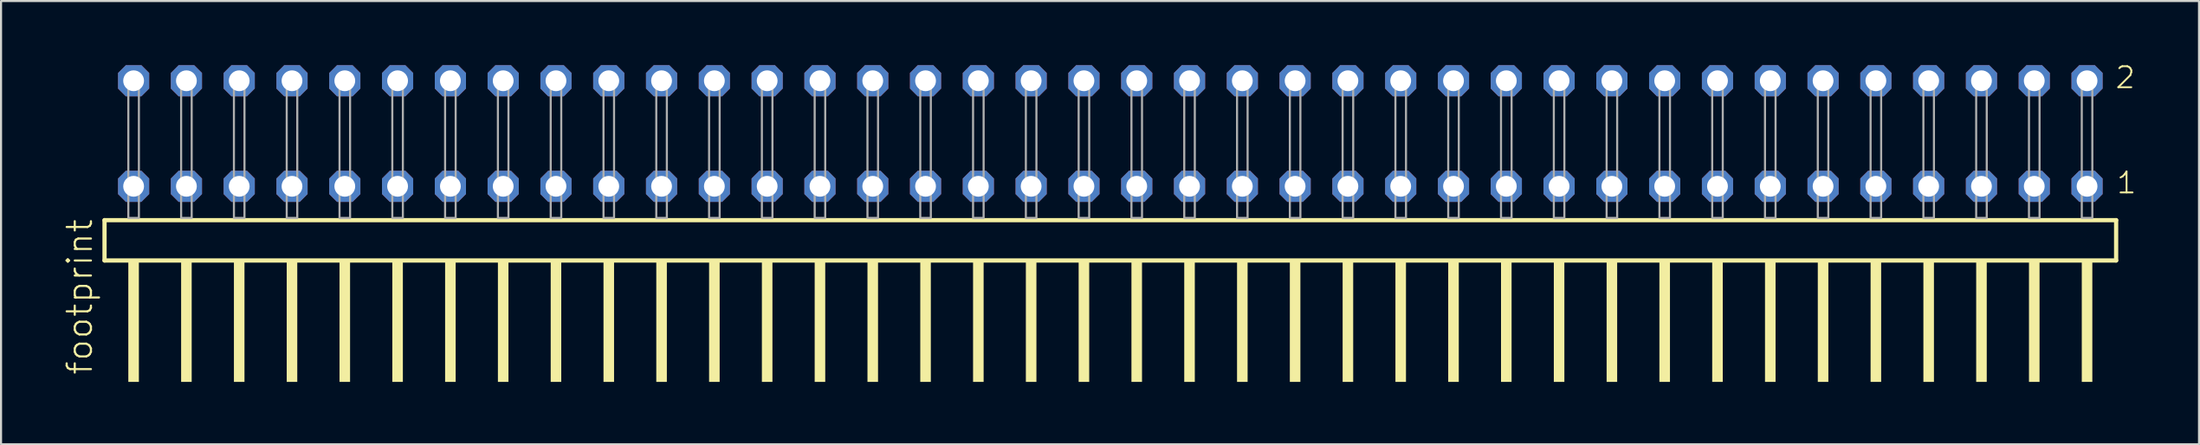
<source format=kicad_pcb>
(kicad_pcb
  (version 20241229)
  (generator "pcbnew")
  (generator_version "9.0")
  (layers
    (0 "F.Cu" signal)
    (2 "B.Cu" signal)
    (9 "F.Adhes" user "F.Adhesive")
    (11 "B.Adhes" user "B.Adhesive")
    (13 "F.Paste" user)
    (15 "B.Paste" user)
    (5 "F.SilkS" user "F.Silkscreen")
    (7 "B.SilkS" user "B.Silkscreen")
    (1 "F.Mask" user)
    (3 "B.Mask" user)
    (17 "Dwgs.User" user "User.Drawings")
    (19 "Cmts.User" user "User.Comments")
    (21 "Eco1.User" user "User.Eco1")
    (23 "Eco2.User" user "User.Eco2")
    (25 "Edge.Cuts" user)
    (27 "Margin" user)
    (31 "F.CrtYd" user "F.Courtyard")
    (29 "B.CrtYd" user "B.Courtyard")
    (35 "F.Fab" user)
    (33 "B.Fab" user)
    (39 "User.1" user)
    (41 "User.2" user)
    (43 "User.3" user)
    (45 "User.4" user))
  (footprint "footprint"
    (layer "F.Cu")
    (at 50.368 7.441)
    (property "Reference" "footprint" (at -48.895 7.62 90) (layer "F.SilkS") (effects (font (size 1.168 1.168) (thickness 0.102)) (justify left bottom)))
    (fp_line (start -48.389 0.106) (end -48.389 2.046) (stroke (width 0.203) (type solid)) (layer "F.SilkS"))
    (fp_line (start -48.389 2.046) (end 48.389 2.046) (stroke (width 0.203) (type solid)) (layer "F.SilkS"))
    (fp_line (start 48.389 0.106) (end -48.389 0.106) (stroke (width 0.203) (type solid)) (layer "F.SilkS"))
    (fp_line (start 48.389 2.046) (end 48.389 0.106) (stroke (width 0.203) (type solid)) (layer "F.SilkS"))
    (fp_poly (pts (xy -47.244 7.89) (xy -46.736 7.89) (xy -46.736 2.04) (xy -47.244 2.04)) (stroke (width 0) (type solid)) (fill yes) (layer "F.SilkS"))
    (fp_poly (pts (xy -44.704 7.89) (xy -44.196 7.89) (xy -44.196 2.04) (xy -44.704 2.04)) (stroke (width 0) (type solid)) (fill yes) (layer "F.SilkS"))
    (fp_poly (pts (xy -42.164 7.89) (xy -41.656 7.89) (xy -41.656 2.04) (xy -42.164 2.04)) (stroke (width 0) (type solid)) (fill yes) (layer "F.SilkS"))
    (fp_poly (pts (xy -39.624 7.89) (xy -39.116 7.89) (xy -39.116 2.04) (xy -39.624 2.04)) (stroke (width 0) (type solid)) (fill yes) (layer "F.SilkS"))
    (fp_poly (pts (xy -37.084 7.89) (xy -36.576 7.89) (xy -36.576 2.04) (xy -37.084 2.04)) (stroke (width 0) (type solid)) (fill yes) (layer "F.SilkS"))
    (fp_poly (pts (xy -34.544 7.89) (xy -34.036 7.89) (xy -34.036 2.04) (xy -34.544 2.04)) (stroke (width 0) (type solid)) (fill yes) (layer "F.SilkS"))
    (fp_poly (pts (xy -32.004 7.89) (xy -31.496 7.89) (xy -31.496 2.04) (xy -32.004 2.04)) (stroke (width 0) (type solid)) (fill yes) (layer "F.SilkS"))
    (fp_poly (pts (xy -29.464 7.89) (xy -28.956 7.89) (xy -28.956 2.04) (xy -29.464 2.04)) (stroke (width 0) (type solid)) (fill yes) (layer "F.SilkS"))
    (fp_poly (pts (xy -26.924 7.89) (xy -26.416 7.89) (xy -26.416 2.04) (xy -26.924 2.04)) (stroke (width 0) (type solid)) (fill yes) (layer "F.SilkS"))
    (fp_poly (pts (xy -24.384 7.89) (xy -23.876 7.89) (xy -23.876 2.04) (xy -24.384 2.04)) (stroke (width 0) (type solid)) (fill yes) (layer "F.SilkS"))
    (fp_poly (pts (xy -21.844 7.89) (xy -21.336 7.89) (xy -21.336 2.04) (xy -21.844 2.04)) (stroke (width 0) (type solid)) (fill yes) (layer "F.SilkS"))
    (fp_poly (pts (xy -19.304 7.89) (xy -18.796 7.89) (xy -18.796 2.04) (xy -19.304 2.04)) (stroke (width 0) (type solid)) (fill yes) (layer "F.SilkS"))
    (fp_poly (pts (xy -16.764 7.89) (xy -16.256 7.89) (xy -16.256 2.04) (xy -16.764 2.04)) (stroke (width 0) (type solid)) (fill yes) (layer "F.SilkS"))
    (fp_poly (pts (xy -14.224 7.89) (xy -13.716 7.89) (xy -13.716 2.04) (xy -14.224 2.04)) (stroke (width 0) (type solid)) (fill yes) (layer "F.SilkS"))
    (fp_poly (pts (xy -11.684 7.89) (xy -11.176 7.89) (xy -11.176 2.04) (xy -11.684 2.04)) (stroke (width 0) (type solid)) (fill yes) (layer "F.SilkS"))
    (fp_poly (pts (xy -9.144 7.89) (xy -8.636 7.89) (xy -8.636 2.04) (xy -9.144 2.04)) (stroke (width 0) (type solid)) (fill yes) (layer "F.SilkS"))
    (fp_poly (pts (xy -6.604 7.89) (xy -6.096 7.89) (xy -6.096 2.04) (xy -6.604 2.04)) (stroke (width 0) (type solid)) (fill yes) (layer "F.SilkS"))
    (fp_poly (pts (xy -4.064 7.89) (xy -3.556 7.89) (xy -3.556 2.04) (xy -4.064 2.04)) (stroke (width 0) (type solid)) (fill yes) (layer "F.SilkS"))
    (fp_poly (pts (xy -1.524 7.89) (xy -1.016 7.89) (xy -1.016 2.04) (xy -1.524 2.04)) (stroke (width 0) (type solid)) (fill yes) (layer "F.SilkS"))
    (fp_poly (pts (xy 1.016 7.89) (xy 1.524 7.89) (xy 1.524 2.04) (xy 1.016 2.04)) (stroke (width 0) (type solid)) (fill yes) (layer "F.SilkS"))
    (fp_poly (pts (xy 3.556 7.89) (xy 4.064 7.89) (xy 4.064 2.04) (xy 3.556 2.04)) (stroke (width 0) (type solid)) (fill yes) (layer "F.SilkS"))
    (fp_poly (pts (xy 6.096 7.89) (xy 6.604 7.89) (xy 6.604 2.04) (xy 6.096 2.04)) (stroke (width 0) (type solid)) (fill yes) (layer "F.SilkS"))
    (fp_poly (pts (xy 8.636 7.89) (xy 9.144 7.89) (xy 9.144 2.04) (xy 8.636 2.04)) (stroke (width 0) (type solid)) (fill yes) (layer "F.SilkS"))
    (fp_poly (pts (xy 11.176 7.89) (xy 11.684 7.89) (xy 11.684 2.04) (xy 11.176 2.04)) (stroke (width 0) (type solid)) (fill yes) (layer "F.SilkS"))
    (fp_poly (pts (xy 13.716 7.89) (xy 14.224 7.89) (xy 14.224 2.04) (xy 13.716 2.04)) (stroke (width 0) (type solid)) (fill yes) (layer "F.SilkS"))
    (fp_poly (pts (xy 16.256 7.89) (xy 16.764 7.89) (xy 16.764 2.04) (xy 16.256 2.04)) (stroke (width 0) (type solid)) (fill yes) (layer "F.SilkS"))
    (fp_poly (pts (xy 18.796 7.89) (xy 19.304 7.89) (xy 19.304 2.04) (xy 18.796 2.04)) (stroke (width 0) (type solid)) (fill yes) (layer "F.SilkS"))
    (fp_poly (pts (xy 21.336 7.89) (xy 21.844 7.89) (xy 21.844 2.04) (xy 21.336 2.04)) (stroke (width 0) (type solid)) (fill yes) (layer "F.SilkS"))
    (fp_poly (pts (xy 23.876 7.89) (xy 24.384 7.89) (xy 24.384 2.04) (xy 23.876 2.04)) (stroke (width 0) (type solid)) (fill yes) (layer "F.SilkS"))
    (fp_poly (pts (xy 26.416 7.89) (xy 26.924 7.89) (xy 26.924 2.04) (xy 26.416 2.04)) (stroke (width 0) (type solid)) (fill yes) (layer "F.SilkS"))
    (fp_poly (pts (xy 28.956 7.89) (xy 29.464 7.89) (xy 29.464 2.04) (xy 28.956 2.04)) (stroke (width 0) (type solid)) (fill yes) (layer "F.SilkS"))
    (fp_poly (pts (xy 31.496 7.89) (xy 32.004 7.89) (xy 32.004 2.04) (xy 31.496 2.04)) (stroke (width 0) (type solid)) (fill yes) (layer "F.SilkS"))
    (fp_poly (pts (xy 34.036 7.89) (xy 34.544 7.89) (xy 34.544 2.04) (xy 34.036 2.04)) (stroke (width 0) (type solid)) (fill yes) (layer "F.SilkS"))
    (fp_poly (pts (xy 36.576 7.89) (xy 37.084 7.89) (xy 37.084 2.04) (xy 36.576 2.04)) (stroke (width 0) (type solid)) (fill yes) (layer "F.SilkS"))
    (fp_poly (pts (xy 39.116 7.89) (xy 39.624 7.89) (xy 39.624 2.04) (xy 39.116 2.04)) (stroke (width 0) (type solid)) (fill yes) (layer "F.SilkS"))
    (fp_poly (pts (xy 41.656 7.89) (xy 42.164 7.89) (xy 42.164 2.04) (xy 41.656 2.04)) (stroke (width 0) (type solid)) (fill yes) (layer "F.SilkS"))
    (fp_poly (pts (xy 44.196 7.89) (xy 44.704 7.89) (xy 44.704 2.04) (xy 44.196 2.04)) (stroke (width 0) (type solid)) (fill yes) (layer "F.SilkS"))
    (fp_poly (pts (xy 46.736 7.89) (xy 47.244 7.89) (xy 47.244 2.04) (xy 46.736 2.04)) (stroke (width 0) (type solid)) (fill yes) (layer "F.SilkS"))
    (fp_poly (pts (xy -47.244 0) (xy -46.736 0) (xy -46.736 -6.858) (xy -47.244 -6.858)) (stroke (width 0.1) (type solid)) (fill no) (layer "F.Fab"))
    (fp_poly (pts (xy -44.704 0) (xy -44.196 0) (xy -44.196 -6.858) (xy -44.704 -6.858)) (stroke (width 0.1) (type solid)) (fill no) (layer "F.Fab"))
    (fp_poly (pts (xy -42.164 0) (xy -41.656 0) (xy -41.656 -6.858) (xy -42.164 -6.858)) (stroke (width 0.1) (type solid)) (fill no) (layer "F.Fab"))
    (fp_poly (pts (xy -39.624 0) (xy -39.116 0) (xy -39.116 -6.858) (xy -39.624 -6.858)) (stroke (width 0.1) (type solid)) (fill no) (layer "F.Fab"))
    (fp_poly (pts (xy -37.084 0) (xy -36.576 0) (xy -36.576 -6.858) (xy -37.084 -6.858)) (stroke (width 0.1) (type solid)) (fill no) (layer "F.Fab"))
    (fp_poly (pts (xy -34.544 0) (xy -34.036 0) (xy -34.036 -6.858) (xy -34.544 -6.858)) (stroke (width 0.1) (type solid)) (fill no) (layer "F.Fab"))
    (fp_poly (pts (xy -32.004 0) (xy -31.496 0) (xy -31.496 -6.858) (xy -32.004 -6.858)) (stroke (width 0.1) (type solid)) (fill no) (layer "F.Fab"))
    (fp_poly (pts (xy -29.464 0) (xy -28.956 0) (xy -28.956 -6.858) (xy -29.464 -6.858)) (stroke (width 0.1) (type solid)) (fill no) (layer "F.Fab"))
    (fp_poly (pts (xy -26.924 0) (xy -26.416 0) (xy -26.416 -6.858) (xy -26.924 -6.858)) (stroke (width 0.1) (type solid)) (fill no) (layer "F.Fab"))
    (fp_poly (pts (xy -24.384 0) (xy -23.876 0) (xy -23.876 -6.858) (xy -24.384 -6.858)) (stroke (width 0.1) (type solid)) (fill no) (layer "F.Fab"))
    (fp_poly (pts (xy -21.844 0) (xy -21.336 0) (xy -21.336 -6.858) (xy -21.844 -6.858)) (stroke (width 0.1) (type solid)) (fill no) (layer "F.Fab"))
    (fp_poly (pts (xy -19.304 0) (xy -18.796 0) (xy -18.796 -6.858) (xy -19.304 -6.858)) (stroke (width 0.1) (type solid)) (fill no) (layer "F.Fab"))
    (fp_poly (pts (xy -16.764 0) (xy -16.256 0) (xy -16.256 -6.858) (xy -16.764 -6.858)) (stroke (width 0.1) (type solid)) (fill no) (layer "F.Fab"))
    (fp_poly (pts (xy -14.224 0) (xy -13.716 0) (xy -13.716 -6.858) (xy -14.224 -6.858)) (stroke (width 0.1) (type solid)) (fill no) (layer "F.Fab"))
    (fp_poly (pts (xy -11.684 0) (xy -11.176 0) (xy -11.176 -6.858) (xy -11.684 -6.858)) (stroke (width 0.1) (type solid)) (fill no) (layer "F.Fab"))
    (fp_poly (pts (xy -9.144 0) (xy -8.636 0) (xy -8.636 -6.858) (xy -9.144 -6.858)) (stroke (width 0.1) (type solid)) (fill no) (layer "F.Fab"))
    (fp_poly (pts (xy -6.604 0) (xy -6.096 0) (xy -6.096 -6.858) (xy -6.604 -6.858)) (stroke (width 0.1) (type solid)) (fill no) (layer "F.Fab"))
    (fp_poly (pts (xy -4.064 0) (xy -3.556 0) (xy -3.556 -6.858) (xy -4.064 -6.858)) (stroke (width 0.1) (type solid)) (fill no) (layer "F.Fab"))
    (fp_poly (pts (xy -1.524 0) (xy -1.016 0) (xy -1.016 -6.858) (xy -1.524 -6.858)) (stroke (width 0.1) (type solid)) (fill no) (layer "F.Fab"))
    (fp_poly (pts (xy 1.016 0) (xy 1.524 0) (xy 1.524 -6.858) (xy 1.016 -6.858)) (stroke (width 0.1) (type solid)) (fill no) (layer "F.Fab"))
    (fp_poly (pts (xy 3.556 0) (xy 4.064 0) (xy 4.064 -6.858) (xy 3.556 -6.858)) (stroke (width 0.1) (type solid)) (fill no) (layer "F.Fab"))
    (fp_poly (pts (xy 6.096 0) (xy 6.604 0) (xy 6.604 -6.858) (xy 6.096 -6.858)) (stroke (width 0.1) (type solid)) (fill no) (layer "F.Fab"))
    (fp_poly (pts (xy 8.636 0) (xy 9.144 0) (xy 9.144 -6.858) (xy 8.636 -6.858)) (stroke (width 0.1) (type solid)) (fill no) (layer "F.Fab"))
    (fp_poly (pts (xy 11.176 0) (xy 11.684 0) (xy 11.684 -6.858) (xy 11.176 -6.858)) (stroke (width 0.1) (type solid)) (fill no) (layer "F.Fab"))
    (fp_poly (pts (xy 13.716 0) (xy 14.224 0) (xy 14.224 -6.858) (xy 13.716 -6.858)) (stroke (width 0.1) (type solid)) (fill no) (layer "F.Fab"))
    (fp_poly (pts (xy 16.256 0) (xy 16.764 0) (xy 16.764 -6.858) (xy 16.256 -6.858)) (stroke (width 0.1) (type solid)) (fill no) (layer "F.Fab"))
    (fp_poly (pts (xy 18.796 0) (xy 19.304 0) (xy 19.304 -6.858) (xy 18.796 -6.858)) (stroke (width 0.1) (type solid)) (fill no) (layer "F.Fab"))
    (fp_poly (pts (xy 21.336 0) (xy 21.844 0) (xy 21.844 -6.858) (xy 21.336 -6.858)) (stroke (width 0.1) (type solid)) (fill no) (layer "F.Fab"))
    (fp_poly (pts (xy 23.876 0) (xy 24.384 0) (xy 24.384 -6.858) (xy 23.876 -6.858)) (stroke (width 0.1) (type solid)) (fill no) (layer "F.Fab"))
    (fp_poly (pts (xy 26.416 0) (xy 26.924 0) (xy 26.924 -6.858) (xy 26.416 -6.858)) (stroke (width 0.1) (type solid)) (fill no) (layer "F.Fab"))
    (fp_poly (pts (xy 28.956 0) (xy 29.464 0) (xy 29.464 -6.858) (xy 28.956 -6.858)) (stroke (width 0.1) (type solid)) (fill no) (layer "F.Fab"))
    (fp_poly (pts (xy 31.496 0) (xy 32.004 0) (xy 32.004 -6.858) (xy 31.496 -6.858)) (stroke (width 0.1) (type solid)) (fill no) (layer "F.Fab"))
    (fp_poly (pts (xy 34.036 0) (xy 34.544 0) (xy 34.544 -6.858) (xy 34.036 -6.858)) (stroke (width 0.1) (type solid)) (fill no) (layer "F.Fab"))
    (fp_poly (pts (xy 36.576 0) (xy 37.084 0) (xy 37.084 -6.858) (xy 36.576 -6.858)) (stroke (width 0.1) (type solid)) (fill no) (layer "F.Fab"))
    (fp_poly (pts (xy 39.116 0) (xy 39.624 0) (xy 39.624 -6.858) (xy 39.116 -6.858)) (stroke (width 0.1) (type solid)) (fill no) (layer "F.Fab"))
    (fp_poly (pts (xy 41.656 0) (xy 42.164 0) (xy 42.164 -6.858) (xy 41.656 -6.858)) (stroke (width 0.1) (type solid)) (fill no) (layer "F.Fab"))
    (fp_poly (pts (xy 44.196 0) (xy 44.704 0) (xy 44.704 -6.858) (xy 44.196 -6.858)) (stroke (width 0.1) (type solid)) (fill no) (layer "F.Fab"))
    (fp_poly (pts (xy 46.736 0) (xy 47.244 0) (xy 47.244 -6.858) (xy 46.736 -6.858)) (stroke (width 0.1) (type solid)) (fill no) (layer "F.Fab"))
    (fp_text user "1" (at 48.35 -1.1 0) (layer "F.SilkS") (effects (font (size 1.012 1.012) (thickness 0.088)) (justify left bottom)))
    (fp_text user "2" (at 48.29 -6.165 0) (layer "F.SilkS") (effects (font (size 1.012 1.012) (thickness 0.088)) (justify left bottom)))
    (pad "1" thru_hole roundrect (at 46.99 -1.524 180) (size 1.5 1.5) (drill 1) (layers "*.Cu" "*.Mask") (roundrect_rratio 0.25) (chamfer_ratio 0.25) (chamfer top_left top_right bottom_left bottom_right))
    (pad "2" thru_hole roundrect (at 46.99 -6.604 180) (size 1.5 1.5) (drill 1) (layers "*.Cu" "*.Mask") (roundrect_rratio 0.25) (chamfer_ratio 0.25) (chamfer top_left top_right bottom_left bottom_right))
    (pad "3" thru_hole roundrect (at 44.45 -1.524 180) (size 1.5 1.5) (drill 1) (layers "*.Cu" "*.Mask") (roundrect_rratio 0.25) (chamfer_ratio 0.25) (chamfer top_left top_right bottom_left bottom_right))
    (pad "4" thru_hole roundrect (at 44.45 -6.604 180) (size 1.5 1.5) (drill 1) (layers "*.Cu" "*.Mask") (roundrect_rratio 0.25) (chamfer_ratio 0.25) (chamfer top_left top_right bottom_left bottom_right))
    (pad "5" thru_hole roundrect (at 41.91 -1.524 180) (size 1.5 1.5) (drill 1) (layers "*.Cu" "*.Mask") (roundrect_rratio 0.25) (chamfer_ratio 0.25) (chamfer top_left top_right bottom_left bottom_right))
    (pad "6" thru_hole roundrect (at 41.91 -6.604 180) (size 1.5 1.5) (drill 1) (layers "*.Cu" "*.Mask") (roundrect_rratio 0.25) (chamfer_ratio 0.25) (chamfer top_left top_right bottom_left bottom_right))
    (pad "7" thru_hole roundrect (at 39.37 -1.524 180) (size 1.5 1.5) (drill 1) (layers "*.Cu" "*.Mask") (roundrect_rratio 0.25) (chamfer_ratio 0.25) (chamfer top_left top_right bottom_left bottom_right))
    (pad "8" thru_hole roundrect (at 39.37 -6.604 180) (size 1.5 1.5) (drill 1) (layers "*.Cu" "*.Mask") (roundrect_rratio 0.25) (chamfer_ratio 0.25) (chamfer top_left top_right bottom_left bottom_right))
    (pad "9" thru_hole roundrect (at 36.83 -1.524 180) (size 1.5 1.5) (drill 1) (layers "*.Cu" "*.Mask") (roundrect_rratio 0.25) (chamfer_ratio 0.25) (chamfer top_left top_right bottom_left bottom_right))
    (pad "10" thru_hole roundrect (at 36.83 -6.604 180) (size 1.5 1.5) (drill 1) (layers "*.Cu" "*.Mask") (roundrect_rratio 0.25) (chamfer_ratio 0.25) (chamfer top_left top_right bottom_left bottom_right))
    (pad "11" thru_hole roundrect (at 34.29 -1.524 180) (size 1.5 1.5) (drill 1) (layers "*.Cu" "*.Mask") (roundrect_rratio 0.25) (chamfer_ratio 0.25) (chamfer top_left top_right bottom_left bottom_right))
    (pad "12" thru_hole roundrect (at 34.29 -6.604 180) (size 1.5 1.5) (drill 1) (layers "*.Cu" "*.Mask") (roundrect_rratio 0.25) (chamfer_ratio 0.25) (chamfer top_left top_right bottom_left bottom_right))
    (pad "13" thru_hole roundrect (at 31.75 -1.524 180) (size 1.5 1.5) (drill 1) (layers "*.Cu" "*.Mask") (roundrect_rratio 0.25) (chamfer_ratio 0.25) (chamfer top_left top_right bottom_left bottom_right))
    (pad "14" thru_hole roundrect (at 31.75 -6.604 180) (size 1.5 1.5) (drill 1) (layers "*.Cu" "*.Mask") (roundrect_rratio 0.25) (chamfer_ratio 0.25) (chamfer top_left top_right bottom_left bottom_right))
    (pad "15" thru_hole roundrect (at 29.21 -1.524 180) (size 1.5 1.5) (drill 1) (layers "*.Cu" "*.Mask") (roundrect_rratio 0.25) (chamfer_ratio 0.25) (chamfer top_left top_right bottom_left bottom_right))
    (pad "16" thru_hole roundrect (at 29.21 -6.604 180) (size 1.5 1.5) (drill 1) (layers "*.Cu" "*.Mask") (roundrect_rratio 0.25) (chamfer_ratio 0.25) (chamfer top_left top_right bottom_left bottom_right))
    (pad "17" thru_hole roundrect (at 26.67 -1.524 180) (size 1.5 1.5) (drill 1) (layers "*.Cu" "*.Mask") (roundrect_rratio 0.25) (chamfer_ratio 0.25) (chamfer top_left top_right bottom_left bottom_right))
    (pad "18" thru_hole roundrect (at 26.67 -6.604 180) (size 1.5 1.5) (drill 1) (layers "*.Cu" "*.Mask") (roundrect_rratio 0.25) (chamfer_ratio 0.25) (chamfer top_left top_right bottom_left bottom_right))
    (pad "19" thru_hole roundrect (at 24.13 -1.524 180) (size 1.5 1.5) (drill 1) (layers "*.Cu" "*.Mask") (roundrect_rratio 0.25) (chamfer_ratio 0.25) (chamfer top_left top_right bottom_left bottom_right))
    (pad "20" thru_hole roundrect (at 24.13 -6.604 180) (size 1.5 1.5) (drill 1) (layers "*.Cu" "*.Mask") (roundrect_rratio 0.25) (chamfer_ratio 0.25) (chamfer top_left top_right bottom_left bottom_right))
    (pad "21" thru_hole roundrect (at 21.59 -1.524 180) (size 1.5 1.5) (drill 1) (layers "*.Cu" "*.Mask") (roundrect_rratio 0.25) (chamfer_ratio 0.25) (chamfer top_left top_right bottom_left bottom_right))
    (pad "22" thru_hole roundrect (at 21.59 -6.604 180) (size 1.5 1.5) (drill 1) (layers "*.Cu" "*.Mask") (roundrect_rratio 0.25) (chamfer_ratio 0.25) (chamfer top_left top_right bottom_left bottom_right))
    (pad "23" thru_hole roundrect (at 19.05 -1.524 180) (size 1.5 1.5) (drill 1) (layers "*.Cu" "*.Mask") (roundrect_rratio 0.25) (chamfer_ratio 0.25) (chamfer top_left top_right bottom_left bottom_right))
    (pad "24" thru_hole roundrect (at 19.05 -6.604 180) (size 1.5 1.5) (drill 1) (layers "*.Cu" "*.Mask") (roundrect_rratio 0.25) (chamfer_ratio 0.25) (chamfer top_left top_right bottom_left bottom_right))
    (pad "25" thru_hole roundrect (at 16.51 -1.524 180) (size 1.5 1.5) (drill 1) (layers "*.Cu" "*.Mask") (roundrect_rratio 0.25) (chamfer_ratio 0.25) (chamfer top_left top_right bottom_left bottom_right))
    (pad "26" thru_hole roundrect (at 16.51 -6.604 180) (size 1.5 1.5) (drill 1) (layers "*.Cu" "*.Mask") (roundrect_rratio 0.25) (chamfer_ratio 0.25) (chamfer top_left top_right bottom_left bottom_right))
    (pad "27" thru_hole roundrect (at 13.97 -1.524 180) (size 1.5 1.5) (drill 1) (layers "*.Cu" "*.Mask") (roundrect_rratio 0.25) (chamfer_ratio 0.25) (chamfer top_left top_right bottom_left bottom_right))
    (pad "28" thru_hole roundrect (at 13.97 -6.604 180) (size 1.5 1.5) (drill 1) (layers "*.Cu" "*.Mask") (roundrect_rratio 0.25) (chamfer_ratio 0.25) (chamfer top_left top_right bottom_left bottom_right))
    (pad "29" thru_hole roundrect (at 11.43 -1.524 180) (size 1.5 1.5) (drill 1) (layers "*.Cu" "*.Mask") (roundrect_rratio 0.25) (chamfer_ratio 0.25) (chamfer top_left top_right bottom_left bottom_right))
    (pad "30" thru_hole roundrect (at 11.43 -6.604 180) (size 1.5 1.5) (drill 1) (layers "*.Cu" "*.Mask") (roundrect_rratio 0.25) (chamfer_ratio 0.25) (chamfer top_left top_right bottom_left bottom_right))
    (pad "31" thru_hole roundrect (at 8.89 -1.524 180) (size 1.5 1.5) (drill 1) (layers "*.Cu" "*.Mask") (roundrect_rratio 0.25) (chamfer_ratio 0.25) (chamfer top_left top_right bottom_left bottom_right))
    (pad "32" thru_hole roundrect (at 8.89 -6.604 180) (size 1.5 1.5) (drill 1) (layers "*.Cu" "*.Mask") (roundrect_rratio 0.25) (chamfer_ratio 0.25) (chamfer top_left top_right bottom_left bottom_right))
    (pad "33" thru_hole roundrect (at 6.35 -1.524 180) (size 1.5 1.5) (drill 1) (layers "*.Cu" "*.Mask") (roundrect_rratio 0.25) (chamfer_ratio 0.25) (chamfer top_left top_right bottom_left bottom_right))
    (pad "34" thru_hole roundrect (at 6.35 -6.604 180) (size 1.5 1.5) (drill 1) (layers "*.Cu" "*.Mask") (roundrect_rratio 0.25) (chamfer_ratio 0.25) (chamfer top_left top_right bottom_left bottom_right))
    (pad "35" thru_hole roundrect (at 3.81 -1.524 180) (size 1.5 1.5) (drill 1) (layers "*.Cu" "*.Mask") (roundrect_rratio 0.25) (chamfer_ratio 0.25) (chamfer top_left top_right bottom_left bottom_right))
    (pad "36" thru_hole roundrect (at 3.81 -6.604 180) (size 1.5 1.5) (drill 1) (layers "*.Cu" "*.Mask") (roundrect_rratio 0.25) (chamfer_ratio 0.25) (chamfer top_left top_right bottom_left bottom_right))
    (pad "37" thru_hole roundrect (at 1.27 -1.524 180) (size 1.5 1.5) (drill 1) (layers "*.Cu" "*.Mask") (roundrect_rratio 0.25) (chamfer_ratio 0.25) (chamfer top_left top_right bottom_left bottom_right))
    (pad "38" thru_hole roundrect (at 1.27 -6.604 180) (size 1.5 1.5) (drill 1) (layers "*.Cu" "*.Mask") (roundrect_rratio 0.25) (chamfer_ratio 0.25) (chamfer top_left top_right bottom_left bottom_right))
    (pad "39" thru_hole roundrect (at -1.27 -1.524 180) (size 1.5 1.5) (drill 1) (layers "*.Cu" "*.Mask") (roundrect_rratio 0.25) (chamfer_ratio 0.25) (chamfer top_left top_right bottom_left bottom_right))
    (pad "40" thru_hole roundrect (at -1.27 -6.604 180) (size 1.5 1.5) (drill 1) (layers "*.Cu" "*.Mask") (roundrect_rratio 0.25) (chamfer_ratio 0.25) (chamfer top_left top_right bottom_left bottom_right))
    (pad "41" thru_hole roundrect (at -3.81 -1.524 180) (size 1.5 1.5) (drill 1) (layers "*.Cu" "*.Mask") (roundrect_rratio 0.25) (chamfer_ratio 0.25) (chamfer top_left top_right bottom_left bottom_right))
    (pad "42" thru_hole roundrect (at -3.81 -6.604 180) (size 1.5 1.5) (drill 1) (layers "*.Cu" "*.Mask") (roundrect_rratio 0.25) (chamfer_ratio 0.25) (chamfer top_left top_right bottom_left bottom_right))
    (pad "43" thru_hole roundrect (at -6.35 -1.524 180) (size 1.5 1.5) (drill 1) (layers "*.Cu" "*.Mask") (roundrect_rratio 0.25) (chamfer_ratio 0.25) (chamfer top_left top_right bottom_left bottom_right))
    (pad "44" thru_hole roundrect (at -6.35 -6.604 180) (size 1.5 1.5) (drill 1) (layers "*.Cu" "*.Mask") (roundrect_rratio 0.25) (chamfer_ratio 0.25) (chamfer top_left top_right bottom_left bottom_right))
    (pad "45" thru_hole roundrect (at -8.89 -1.524 180) (size 1.5 1.5) (drill 1) (layers "*.Cu" "*.Mask") (roundrect_rratio 0.25) (chamfer_ratio 0.25) (chamfer top_left top_right bottom_left bottom_right))
    (pad "46" thru_hole roundrect (at -8.89 -6.604 180) (size 1.5 1.5) (drill 1) (layers "*.Cu" "*.Mask") (roundrect_rratio 0.25) (chamfer_ratio 0.25) (chamfer top_left top_right bottom_left bottom_right))
    (pad "47" thru_hole roundrect (at -11.43 -1.524 180) (size 1.5 1.5) (drill 1) (layers "*.Cu" "*.Mask") (roundrect_rratio 0.25) (chamfer_ratio 0.25) (chamfer top_left top_right bottom_left bottom_right))
    (pad "48" thru_hole roundrect (at -11.43 -6.604 180) (size 1.5 1.5) (drill 1) (layers "*.Cu" "*.Mask") (roundrect_rratio 0.25) (chamfer_ratio 0.25) (chamfer top_left top_right bottom_left bottom_right))
    (pad "49" thru_hole roundrect (at -13.97 -1.524 180) (size 1.5 1.5) (drill 1) (layers "*.Cu" "*.Mask") (roundrect_rratio 0.25) (chamfer_ratio 0.25) (chamfer top_left top_right bottom_left bottom_right))
    (pad "50" thru_hole roundrect (at -13.97 -6.604 180) (size 1.5 1.5) (drill 1) (layers "*.Cu" "*.Mask") (roundrect_rratio 0.25) (chamfer_ratio 0.25) (chamfer top_left top_right bottom_left bottom_right))
    (pad "51" thru_hole roundrect (at -16.51 -1.524 180) (size 1.5 1.5) (drill 1) (layers "*.Cu" "*.Mask") (roundrect_rratio 0.25) (chamfer_ratio 0.25) (chamfer top_left top_right bottom_left bottom_right))
    (pad "52" thru_hole roundrect (at -16.51 -6.604 180) (size 1.5 1.5) (drill 1) (layers "*.Cu" "*.Mask") (roundrect_rratio 0.25) (chamfer_ratio 0.25) (chamfer top_left top_right bottom_left bottom_right))
    (pad "53" thru_hole roundrect (at -19.05 -1.524 180) (size 1.5 1.5) (drill 1) (layers "*.Cu" "*.Mask") (roundrect_rratio 0.25) (chamfer_ratio 0.25) (chamfer top_left top_right bottom_left bottom_right))
    (pad "54" thru_hole roundrect (at -19.05 -6.604 180) (size 1.5 1.5) (drill 1) (layers "*.Cu" "*.Mask") (roundrect_rratio 0.25) (chamfer_ratio 0.25) (chamfer top_left top_right bottom_left bottom_right))
    (pad "55" thru_hole roundrect (at -21.59 -1.524 180) (size 1.5 1.5) (drill 1) (layers "*.Cu" "*.Mask") (roundrect_rratio 0.25) (chamfer_ratio 0.25) (chamfer top_left top_right bottom_left bottom_right))
    (pad "56" thru_hole roundrect (at -21.59 -6.604 180) (size 1.5 1.5) (drill 1) (layers "*.Cu" "*.Mask") (roundrect_rratio 0.25) (chamfer_ratio 0.25) (chamfer top_left top_right bottom_left bottom_right))
    (pad "57" thru_hole roundrect (at -24.13 -1.524 180) (size 1.5 1.5) (drill 1) (layers "*.Cu" "*.Mask") (roundrect_rratio 0.25) (chamfer_ratio 0.25) (chamfer top_left top_right bottom_left bottom_right))
    (pad "58" thru_hole roundrect (at -24.13 -6.604 180) (size 1.5 1.5) (drill 1) (layers "*.Cu" "*.Mask") (roundrect_rratio 0.25) (chamfer_ratio 0.25) (chamfer top_left top_right bottom_left bottom_right))
    (pad "59" thru_hole roundrect (at -26.67 -1.524 180) (size 1.5 1.5) (drill 1) (layers "*.Cu" "*.Mask") (roundrect_rratio 0.25) (chamfer_ratio 0.25) (chamfer top_left top_right bottom_left bottom_right))
    (pad "60" thru_hole roundrect (at -26.67 -6.604 180) (size 1.5 1.5) (drill 1) (layers "*.Cu" "*.Mask") (roundrect_rratio 0.25) (chamfer_ratio 0.25) (chamfer top_left top_right bottom_left bottom_right))
    (pad "61" thru_hole roundrect (at -29.21 -1.524 180) (size 1.5 1.5) (drill 1) (layers "*.Cu" "*.Mask") (roundrect_rratio 0.25) (chamfer_ratio 0.25) (chamfer top_left top_right bottom_left bottom_right))
    (pad "62" thru_hole roundrect (at -29.21 -6.604 180) (size 1.5 1.5) (drill 1) (layers "*.Cu" "*.Mask") (roundrect_rratio 0.25) (chamfer_ratio 0.25) (chamfer top_left top_right bottom_left bottom_right))
    (pad "63" thru_hole roundrect (at -31.75 -1.524 180) (size 1.5 1.5) (drill 1) (layers "*.Cu" "*.Mask") (roundrect_rratio 0.25) (chamfer_ratio 0.25) (chamfer top_left top_right bottom_left bottom_right))
    (pad "64" thru_hole roundrect (at -31.75 -6.604 180) (size 1.5 1.5) (drill 1) (layers "*.Cu" "*.Mask") (roundrect_rratio 0.25) (chamfer_ratio 0.25) (chamfer top_left top_right bottom_left bottom_right))
    (pad "65" thru_hole roundrect (at -34.29 -1.524 180) (size 1.5 1.5) (drill 1) (layers "*.Cu" "*.Mask") (roundrect_rratio 0.25) (chamfer_ratio 0.25) (chamfer top_left top_right bottom_left bottom_right))
    (pad "66" thru_hole roundrect (at -34.29 -6.604 180) (size 1.5 1.5) (drill 1) (layers "*.Cu" "*.Mask") (roundrect_rratio 0.25) (chamfer_ratio 0.25) (chamfer top_left top_right bottom_left bottom_right))
    (pad "67" thru_hole roundrect (at -36.83 -1.524 180) (size 1.5 1.5) (drill 1) (layers "*.Cu" "*.Mask") (roundrect_rratio 0.25) (chamfer_ratio 0.25) (chamfer top_left top_right bottom_left bottom_right))
    (pad "68" thru_hole roundrect (at -36.83 -6.604 180) (size 1.5 1.5) (drill 1) (layers "*.Cu" "*.Mask") (roundrect_rratio 0.25) (chamfer_ratio 0.25) (chamfer top_left top_right bottom_left bottom_right))
    (pad "69" thru_hole roundrect (at -39.37 -1.524 180) (size 1.5 1.5) (drill 1) (layers "*.Cu" "*.Mask") (roundrect_rratio 0.25) (chamfer_ratio 0.25) (chamfer top_left top_right bottom_left bottom_right))
    (pad "70" thru_hole roundrect (at -39.37 -6.604 180) (size 1.5 1.5) (drill 1) (layers "*.Cu" "*.Mask") (roundrect_rratio 0.25) (chamfer_ratio 0.25) (chamfer top_left top_right bottom_left bottom_right))
    (pad "71" thru_hole roundrect (at -41.91 -1.524 180) (size 1.5 1.5) (drill 1) (layers "*.Cu" "*.Mask") (roundrect_rratio 0.25) (chamfer_ratio 0.25) (chamfer top_left top_right bottom_left bottom_right))
    (pad "72" thru_hole roundrect (at -41.91 -6.604 180) (size 1.5 1.5) (drill 1) (layers "*.Cu" "*.Mask") (roundrect_rratio 0.25) (chamfer_ratio 0.25) (chamfer top_left top_right bottom_left bottom_right))
    (pad "73" thru_hole roundrect (at -44.45 -1.524 180) (size 1.5 1.5) (drill 1) (layers "*.Cu" "*.Mask") (roundrect_rratio 0.25) (chamfer_ratio 0.25) (chamfer top_left top_right bottom_left bottom_right))
    (pad "74" thru_hole roundrect (at -44.45 -6.604 180) (size 1.5 1.5) (drill 1) (layers "*.Cu" "*.Mask") (roundrect_rratio 0.25) (chamfer_ratio 0.25) (chamfer top_left top_right bottom_left bottom_right))
    (pad "75" thru_hole roundrect (at -46.99 -1.524 180) (size 1.5 1.5) (drill 1) (layers "*.Cu" "*.Mask") (roundrect_rratio 0.25) (chamfer_ratio 0.25) (chamfer top_left top_right bottom_left bottom_right))
    (pad "76" thru_hole roundrect (at -46.99 -6.604 180) (size 1.5 1.5) (drill 1) (layers "*.Cu" "*.Mask") (roundrect_rratio 0.25) (chamfer_ratio 0.25) (chamfer top_left top_right bottom_left bottom_right)))
  (gr_rect
    (start -3 -3)
    (end 102.744 18.331)
    (stroke (width 0.1) (type default))
    (fill no)
    (layer "Edge.Cuts")))
</source>
